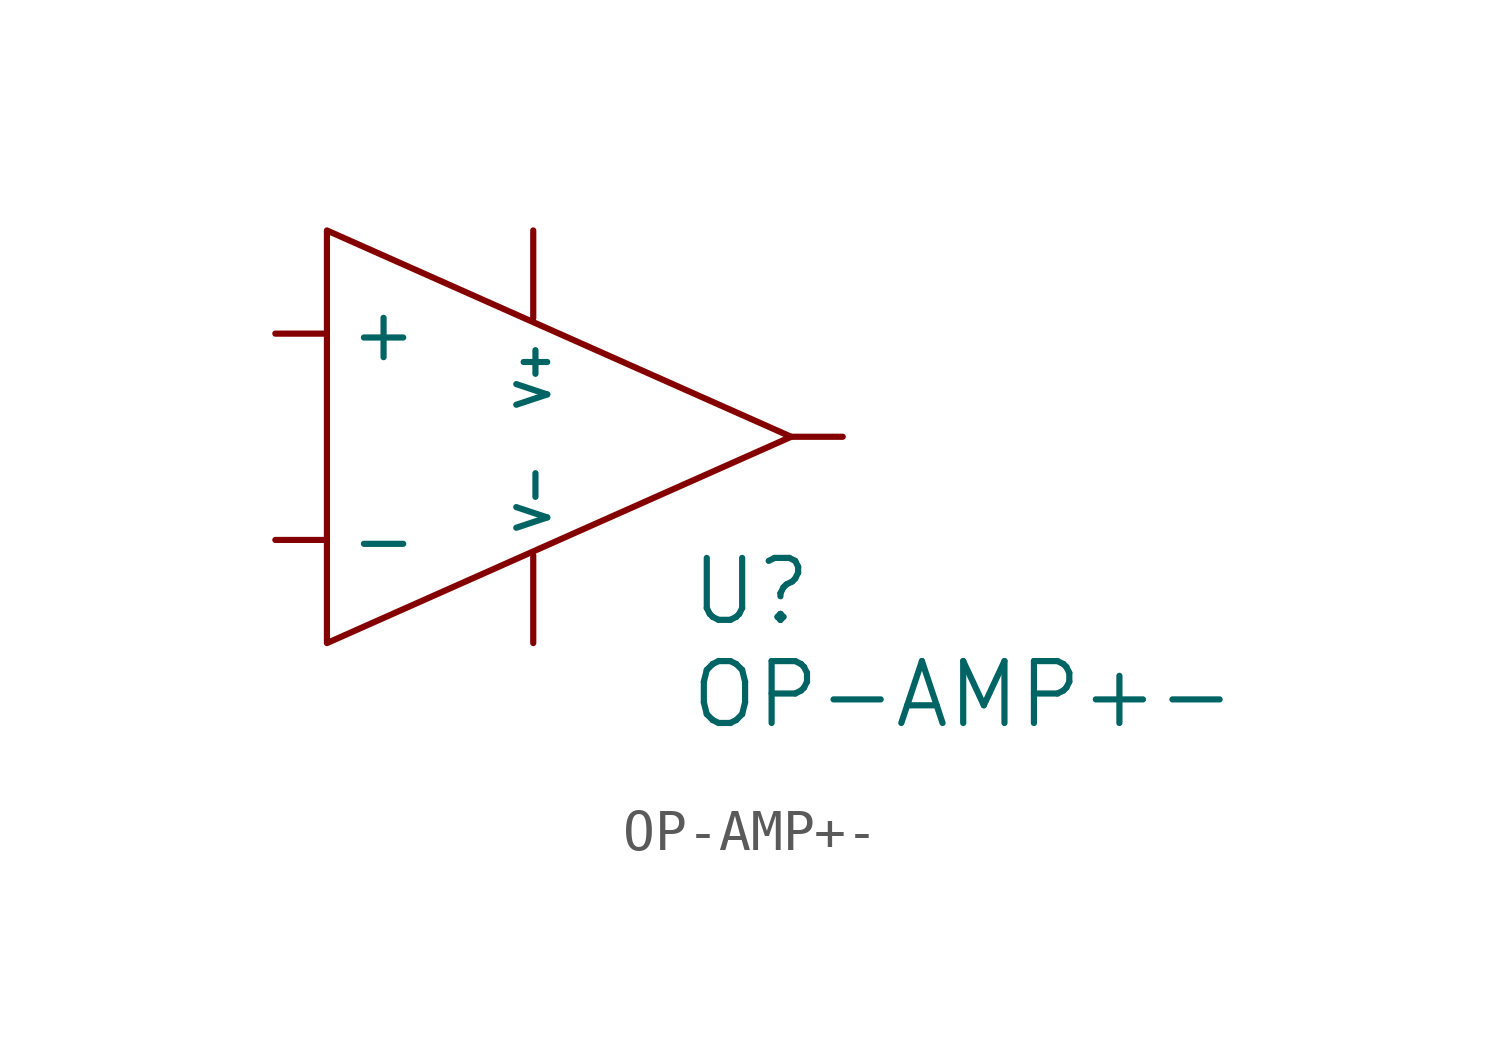
<source format=kicad_sym>
(kicad_symbol_lib
  (version 20211014)
  (generator kicad_symbol_editor)
  (symbol "OP-AMP+-"
    (pin_numbers hide)
    (property "Reference" "U"
      (at 6.35 -3.81 0)
      (effects (font (size 1.524 1.524)) (justify left)))
    (property "Value" "OP-AMP+-"
      (at 6.35 -6.35 0)
      (effects (font (size 1.524 1.524)) (justify left)))
    (symbol "OP-AMP+-_0_1"
      (polyline (pts (xy -2.54 5.08) (xy -2.54 -5.08) (xy 8.89 0) (xy -2.54 5.08)) (stroke (width 0) (type default) (color 0 0 0 0)) (fill (type none))))
    (symbol "OP-AMP+-_1_1"
      (pin passive line (at -3.81 2.54 0) (length 1.27) (name "+" (effects (font (size 1.27 1.27)))) (number "+" (effects (font (size 1.27 1.27)))))
      (pin passive line (at -3.81 -2.54 0) (length 1.27) (name "-" (effects (font (size 1.27 1.27)))) (number "-" (effects (font (size 1.27 1.27)))))
      (pin power_out line (at 10.16 0 180) (length 1.27) (name "~" (effects (font (size 1.27 1.27)))) (number "OUT" (effects (font (size 1.27 1.27)))))
      (pin power_in line (at 2.54 5.08 270) (length 2.159) (name "V+" (effects (font (size 0.762 0.762)))) (number "V+" (effects (font (size 1.27 1.27)))))
      (pin power_in line (at 2.54 -5.08 90) (length 2.159) (name "V-" (effects (font (size 0.762 0.762)))) (number "V-" (effects (font (size 1.27 1.27))))))))
</source>
